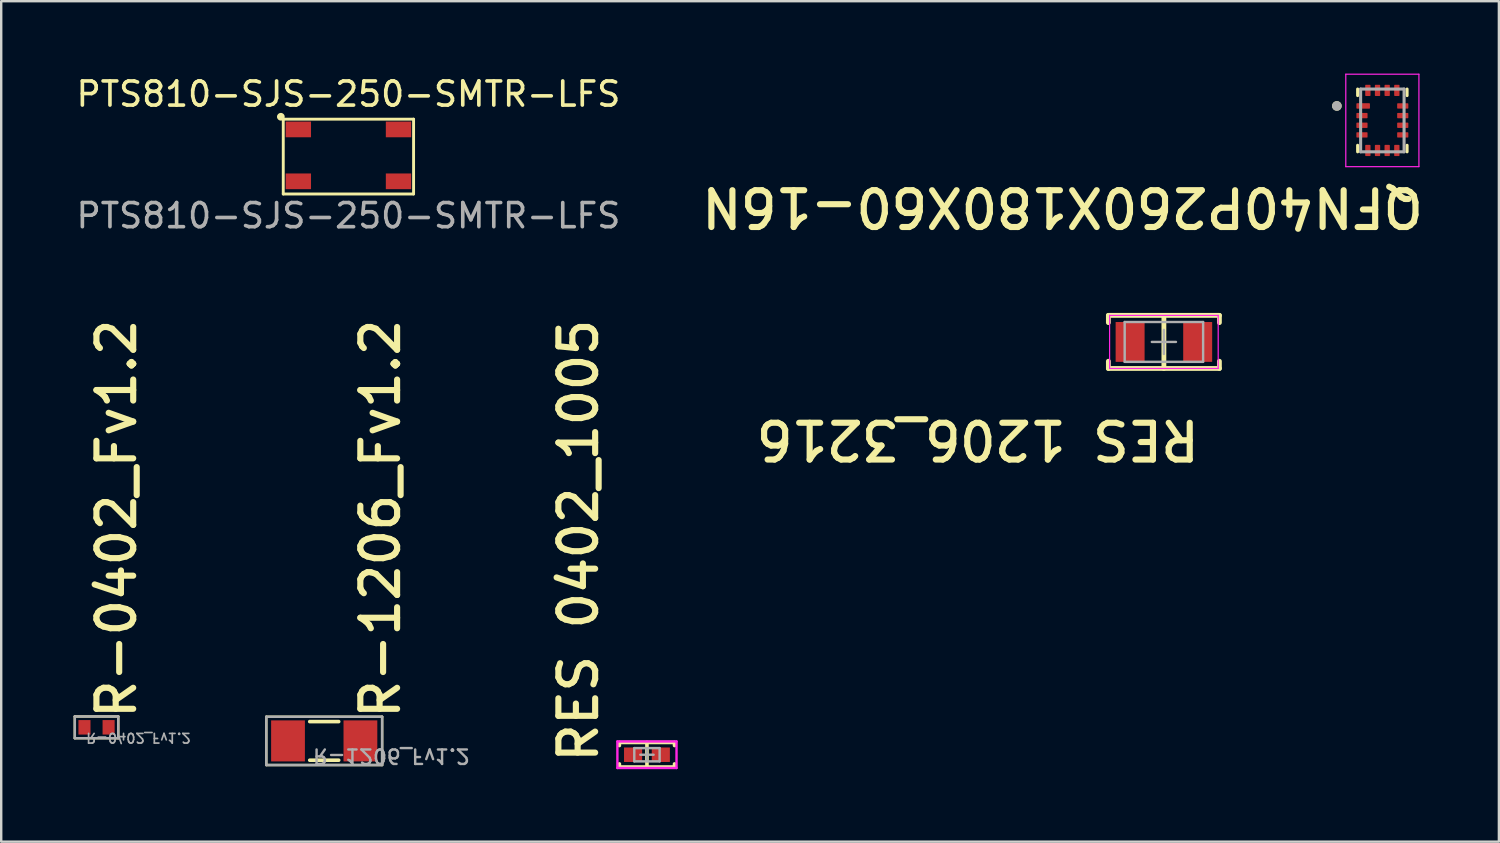
<source format=kicad_pcb>
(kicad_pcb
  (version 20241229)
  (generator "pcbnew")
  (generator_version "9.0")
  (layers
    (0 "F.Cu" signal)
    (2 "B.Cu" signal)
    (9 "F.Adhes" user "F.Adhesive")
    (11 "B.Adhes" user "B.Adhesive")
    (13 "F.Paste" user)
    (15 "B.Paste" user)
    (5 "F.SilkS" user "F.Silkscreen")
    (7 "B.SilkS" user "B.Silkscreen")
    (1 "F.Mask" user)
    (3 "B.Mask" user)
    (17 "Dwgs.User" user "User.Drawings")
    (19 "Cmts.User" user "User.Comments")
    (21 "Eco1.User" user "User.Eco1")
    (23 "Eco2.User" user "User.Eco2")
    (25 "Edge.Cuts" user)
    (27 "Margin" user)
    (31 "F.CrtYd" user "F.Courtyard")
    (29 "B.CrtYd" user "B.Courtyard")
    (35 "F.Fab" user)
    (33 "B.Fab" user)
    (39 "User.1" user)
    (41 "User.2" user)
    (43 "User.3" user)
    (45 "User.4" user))
  (footprint "RES 0402_1005"
    (layer "F.Cu")
    (at 23.757 28.223)
    (property "Reference" "RES 0402_1005" (at -1.947 0.441 90) (unlocked yes) (layer "F.SilkS") (effects (font (size 1.524 1.524) (thickness 0.254)) (justify left bottom)))
    (fp_line (start -1.143 -0.508) (end -1.143 -0.381) (stroke (width 0.15) (type solid)) (layer "F.SilkS"))
    (fp_line (start -1.143 0.381) (end -1.143 0.508) (stroke (width 0.15) (type solid)) (layer "F.SilkS"))
    (fp_line (start 0 -0.508) (end 0 0.508) (stroke (width 0.15) (type solid)) (layer "F.SilkS"))
    (fp_line (start 1.143 -0.508) (end -1.143 -0.508) (stroke (width 0.15) (type solid)) (layer "F.SilkS"))
    (fp_line (start 1.143 -0.508) (end 1.143 -0.381) (stroke (width 0.15) (type solid)) (layer "F.SilkS"))
    (fp_line (start 1.143 0.381) (end 1.143 0.508) (stroke (width 0.15) (type solid)) (layer "F.SilkS"))
    (fp_line (start 1.143 0.508) (end -1.143 0.508) (stroke (width 0.15) (type solid)) (layer "F.SilkS"))
    (fp_line (start -1.225 -0.55) (end -1.225 0.55) (stroke (width 0.1) (type solid)) (layer "F.CrtYd"))
    (fp_line (start 1.225 -0.55) (end -1.225 -0.55) (stroke (width 0.1) (type solid)) (layer "F.CrtYd"))
    (fp_line (start 1.225 -0.55) (end 1.225 0.55) (stroke (width 0.1) (type solid)) (layer "F.CrtYd"))
    (fp_line (start 1.225 0.55) (end -1.225 0.55) (stroke (width 0.1) (type solid)) (layer "F.CrtYd"))
    (fp_line (start -0.525 -0.275) (end -0.525 0.275) (stroke (width 0.1) (type solid)) (layer "F.Fab"))
    (fp_line (start 0 -0.275) (end 0 0.275) (stroke (width 0.1) (type solid)) (layer "F.Fab"))
    (fp_line (start 0.275 0) (end -0.275 0) (stroke (width 0.1) (type solid)) (layer "F.Fab"))
    (fp_line (start 0.525 -0.275) (end -0.525 -0.275) (stroke (width 0.1) (type solid)) (layer "F.Fab"))
    (fp_line (start 0.525 -0.275) (end 0.525 0.275) (stroke (width 0.1) (type solid)) (layer "F.Fab"))
    (fp_line (start 0.525 0.275) (end -0.525 0.275) (stroke (width 0.1) (type solid)) (layer "F.Fab"))
    (pad "1" smd rect (at -0.575 0 90) (size 0.6 0.75) (layers "F.Cu" "F.Mask" "F.Paste"))
    (pad "2" smd rect (at 0.575 0 90) (size 0.6 0.75) (layers "F.Cu" "F.Mask" "F.Paste")))
  (footprint "R-0402_Fv1.2"
    (layer "F.Cu")
    (at 0.95 27.087)
    (property "Reference" "R-0402_Fv1.2" (at 1.719 -0.238 90) (unlocked yes) (layer "F.SilkS") (effects (font (size 1.524 1.524) (thickness 0.254)) (justify left bottom)))
    (fp_line (start -0.9 -0.45) (end 0.9 -0.45) (stroke (width 0.1) (type solid)) (layer "F.SilkS"))
    (fp_line (start -0.9 0.45) (end -0.9 -0.45) (stroke (width 0.1) (type solid)) (layer "F.SilkS"))
    (fp_line (start -0.9 0.45) (end 0.9 0.45) (stroke (width 0.1) (type solid)) (layer "F.SilkS"))
    (fp_line (start 0.9 0.45) (end 0.9 -0.45) (stroke (width 0.1) (type solid)) (layer "F.SilkS"))
    (fp_line (start -0.9 -0.45) (end 0.9 -0.45) (stroke (width 0.1) (type solid)) (layer "F.Fab"))
    (fp_line (start -0.9 0.45) (end -0.9 -0.45) (stroke (width 0.1) (type solid)) (layer "F.Fab"))
    (fp_line (start -0.9 0.45) (end 0.9 0.45) (stroke (width 0.1) (type solid)) (layer "F.Fab"))
    (fp_line (start 0.9 0.45) (end 0.9 -0.45) (stroke (width 0.1) (type solid)) (layer "F.Fab"))
    (fp_text user "${REFERENCE}" (at -0.47 0.2 180) (unlocked yes) (layer "F.Fab") (effects (font (size 0.4 0.4) (thickness 0.07)) (justify left bottom mirror)))
    (pad "1" smd rect (at -0.5 0 180) (size 0.5 0.6) (layers "F.Cu" "F.Mask" "F.Paste"))
    (pad "2" smd rect (at 0.5 0 180) (size 0.5 0.6) (layers "F.Cu" "F.Mask" "F.Paste")))
  (footprint "R-1206_Fv1.2"
    (layer "F.Cu")
    (at 10.384 27.65)
    (property "Reference" "R-1206_Fv1.2" (at 3.22 -0.8 90) (unlocked yes) (layer "F.SilkS") (effects (font (size 1.524 1.524) (thickness 0.254)) (justify left bottom)))
    (fp_line (start -2.4 -1) (end 2.4 -1) (stroke (width 0.1) (type solid)) (layer "F.SilkS"))
    (fp_line (start -2.4 1) (end -2.4 -1) (stroke (width 0.1) (type solid)) (layer "F.SilkS"))
    (fp_line (start -2.4 1) (end 2.4 1) (stroke (width 0.1) (type solid)) (layer "F.SilkS"))
    (fp_line (start -0.6 -0.8) (end 0.6 -0.8) (stroke (width 0.15) (type solid)) (layer "F.SilkS"))
    (fp_line (start -0.6 0.8) (end 0.6 0.8) (stroke (width 0.15) (type solid)) (layer "F.SilkS"))
    (fp_line (start 2.4 1) (end 2.4 -1) (stroke (width 0.1) (type solid)) (layer "F.SilkS"))
    (fp_line (start -2.4 -1) (end 2.4 -1) (stroke (width 0.1) (type solid)) (layer "F.Fab"))
    (fp_line (start -2.4 1) (end -2.4 -1) (stroke (width 0.1) (type solid)) (layer "F.Fab"))
    (fp_line (start -2.4 1) (end 2.4 1) (stroke (width 0.1) (type solid)) (layer "F.Fab"))
    (fp_line (start 2.4 1) (end 2.4 -1) (stroke (width 0.1) (type solid)) (layer "F.Fab"))
    (fp_text user "${REFERENCE}" (at -0.525 0.276 180) (unlocked yes) (layer "F.Fab") (effects (font (size 0.6 0.6) (thickness 0.1)) (justify left bottom mirror)))
    (pad "1" smd rect (at -1.5 0 180) (size 1.4 1.7) (layers "F.Cu" "F.Mask" "F.Paste"))
    (pad "2" smd rect (at 1.5 0 180) (size 1.4 1.7) (layers "F.Cu" "F.Mask" "F.Paste")))
  (footprint "PTS810-SJS-250-SMTR-LFS"
    (layer "F.Cu")
    (at 11.387 3.388)
    (property "Reference" "PTS810-SJS-250-SMTR-LFS" (at 0 -2.54 0) (unlocked yes) (layer "F.SilkS") (effects (font (size 1 1) (thickness 0.15))))
    (attr smd)
    (fp_line (start -2.7 -1.5) (end 2.7 -1.5) (stroke (width 0.12) (type solid)) (layer "F.SilkS"))
    (fp_line (start -2.7 1.6) (end -2.7 -1.5) (stroke (width 0.12) (type solid)) (layer "F.SilkS"))
    (fp_line (start 2.7 -1.5) (end 2.7 1.6) (stroke (width 0.12) (type solid)) (layer "F.SilkS"))
    (fp_line (start 2.7 1.6) (end -2.7 1.6) (stroke (width 0.12) (type solid)) (layer "F.SilkS"))
    (fp_circle (center -2.8 -1.6) (end -2.7 -1.6) (stroke (width 0.12) (type solid)) (fill yes) (layer "F.SilkS"))
    (fp_text user "${REFERENCE}" (at 0 2.5 0) (unlocked yes) (layer "F.Fab") (effects (font (size 1 1) (thickness 0.15))))
    (pad "1" smd rect (at -2.075 -1.075) (size 1.05 0.65) (layers "F.Cu" "F.Mask" "F.Paste"))
    (pad "2" smd rect (at 2.075 -1.075) (size 1.05 0.65) (layers "F.Cu" "F.Mask" "F.Paste"))
    (pad "3" smd rect (at -2.075 1.075) (size 1.05 0.65) (layers "F.Cu" "F.Mask" "F.Paste"))
    (pad "4" smd rect (at 2.075 1.075) (size 1.05 0.65) (layers "F.Cu" "F.Mask" "F.Paste")))
  (footprint "RES 1206_3216"
    (layer "F.Cu")
    (at 45.177 11.118)
    (property "Reference" "RES 1206_3216" (at 1.6 3.15 180) (unlocked yes) (layer "F.SilkS") (effects (font (size 1.524 1.524) (thickness 0.254)) (justify left bottom)))
    (fp_line (start -2.3 -1.1) (end -2.3 -0.8) (stroke (width 0.2) (type solid)) (layer "F.SilkS"))
    (fp_line (start -2.3 -1.1) (end 2.3 -1.1) (stroke (width 0.2) (type solid)) (layer "F.SilkS"))
    (fp_line (start -2.3 0.8) (end -2.3 1.1) (stroke (width 0.2) (type solid)) (layer "F.SilkS"))
    (fp_line (start -2.3 1.1) (end 2.3 1.1) (stroke (width 0.2) (type solid)) (layer "F.SilkS"))
    (fp_line (start 0 -1.1) (end 0 1.1) (stroke (width 0.2) (type solid)) (layer "F.SilkS"))
    (fp_line (start 2.3 -1.1) (end 2.3 -0.8) (stroke (width 0.2) (type solid)) (layer "F.SilkS"))
    (fp_line (start 2.3 0.8) (end 2.3 1.1) (stroke (width 0.2) (type solid)) (layer "F.SilkS"))
    (fp_line (start -2.25 -1.1) (end -2.25 1.1) (stroke (width 0.05) (type solid)) (layer "F.CrtYd"))
    (fp_line (start -2.25 -1.1) (end 2.25 -1.1) (stroke (width 0.05) (type solid)) (layer "F.CrtYd"))
    (fp_line (start -2.25 1.1) (end 2.25 1.1) (stroke (width 0.05) (type solid)) (layer "F.CrtYd"))
    (fp_line (start 2.25 -1.1) (end 2.25 1.1) (stroke (width 0.05) (type solid)) (layer "F.CrtYd"))
    (fp_line (start -1.625 -0.825) (end -1.625 0.825) (stroke (width 0.1) (type solid)) (layer "F.Fab"))
    (fp_line (start -1.625 -0.825) (end 1.625 -0.825) (stroke (width 0.1) (type solid)) (layer "F.Fab"))
    (fp_line (start -1.625 0.825) (end 1.625 0.825) (stroke (width 0.1) (type solid)) (layer "F.Fab"))
    (fp_line (start -0.5 0) (end 0.5 0) (stroke (width 0.1) (type solid)) (layer "F.Fab"))
    (fp_line (start 0 -0.5) (end 0 0.5) (stroke (width 0.1) (type solid)) (layer "F.Fab"))
    (fp_line (start 1.625 -0.825) (end 1.625 0.825) (stroke (width 0.1) (type solid)) (layer "F.Fab"))
    (pad "1" smd rect (at -1.4 0 90) (size 1.65 1.2) (layers "F.Cu" "F.Mask" "F.Paste"))
    (pad "2" smd rect (at 1.4 0 90) (size 1.65 1.2) (layers "F.Cu" "F.Mask" "F.Paste")))
  (footprint "QFN40P260X180X60-16N"
    (layer "F.Cu")
    (at 54.229 1.94)
    (property "Reference" "QFN40P260X180X60-16N" (at 1.829 2.692 180) (unlocked yes) (layer "F.SilkS") (effects (font (size 1.524 1.524) (thickness 0.254)) (justify left bottom)))
    (fp_line (start -1.024 -1.3) (end -1.024 -1.03) (stroke (width 0.127) (type solid)) (layer "F.SilkS"))
    (fp_line (start -1.024 1.03) (end -1.024 1.3) (stroke (width 0.127) (type solid)) (layer "F.SilkS"))
    (fp_line (start 1.024 -1.3) (end 1.024 -1.03) (stroke (width 0.127) (type solid)) (layer "F.SilkS"))
    (fp_line (start 1.024 1.03) (end 1.024 1.3) (stroke (width 0.127) (type solid)) (layer "F.SilkS"))
    (fp_circle (center -1.885 -0.6) (end -1.885 -0.5) (stroke (width 0.2) (type solid)) (fill no) (layer "F.SilkS"))
    (fp_line (start -1.515 -1.915) (end -1.515 1.915) (stroke (width 0.05) (type solid)) (layer "F.CrtYd"))
    (fp_line (start -1.515 -1.915) (end 1.515 -1.915) (stroke (width 0.05) (type solid)) (layer "F.CrtYd"))
    (fp_line (start -1.515 1.915) (end 1.515 1.915) (stroke (width 0.05) (type solid)) (layer "F.CrtYd"))
    (fp_line (start 1.515 -1.915) (end 1.515 1.915) (stroke (width 0.05) (type solid)) (layer "F.CrtYd"))
    (fp_line (start -0.9 -1.3) (end -0.9 1.3) (stroke (width 0.127) (type solid)) (layer "F.Fab"))
    (fp_line (start -0.9 -1.3) (end 0.9 -1.3) (stroke (width 0.127) (type solid)) (layer "F.Fab"))
    (fp_line (start -0.9 1.3) (end 0.9 1.3) (stroke (width 0.127) (type solid)) (layer "F.Fab"))
    (fp_line (start 0.9 -1.3) (end 0.9 1.3) (stroke (width 0.127) (type solid)) (layer "F.Fab"))
    (fp_circle (center -1.885 -0.6) (end -1.885 -0.5) (stroke (width 0.2) (type solid)) (fill no) (layer "F.Fab"))
    (pad "1" smd roundrect (at -0.795 -0.6) (size 0.562 0.225) (layers "F.Cu" "F.Mask" "F.Paste") (roundrect_rratio 0.125))
    (pad "2" smd roundrect (at -0.845 -0.2) (size 0.463 0.22) (layers "F.Cu" "F.Mask" "F.Paste") (roundrect_rratio 0.125))
    (pad "3" smd roundrect (at -0.845 0.2) (size 0.463 0.22) (layers "F.Cu" "F.Mask" "F.Paste") (roundrect_rratio 0.125))
    (pad "4" smd roundrect (at -0.845 0.6) (size 0.463 0.22) (layers "F.Cu" "F.Mask" "F.Paste") (roundrect_rratio 0.125))
    (pad "5" smd roundrect (at -0.6 1.245 90) (size 0.463 0.22) (layers "F.Cu" "F.Mask" "F.Paste") (roundrect_rratio 0.125))
    (pad "6" smd roundrect (at -0.2 1.245 90) (size 0.463 0.22) (layers "F.Cu" "F.Mask" "F.Paste") (roundrect_rratio 0.125))
    (pad "7" smd roundrect (at 0.2 1.245 90) (size 0.463 0.22) (layers "F.Cu" "F.Mask" "F.Paste") (roundrect_rratio 0.125))
    (pad "8" smd roundrect (at 0.6 1.245 90) (size 0.463 0.22) (layers "F.Cu" "F.Mask" "F.Paste") (roundrect_rratio 0.125))
    (pad "9" smd roundrect (at 0.845 0.6) (size 0.463 0.22) (layers "F.Cu" "F.Mask" "F.Paste") (roundrect_rratio 0.125))
    (pad "10" smd roundrect (at 0.845 0.2) (size 0.463 0.22) (layers "F.Cu" "F.Mask" "F.Paste") (roundrect_rratio 0.125))
    (pad "11" smd roundrect (at 0.845 -0.2) (size 0.463 0.22) (layers "F.Cu" "F.Mask" "F.Paste") (roundrect_rratio 0.125))
    (pad "12" smd roundrect (at 0.845 -0.6) (size 0.463 0.22) (layers "F.Cu" "F.Mask" "F.Paste") (roundrect_rratio 0.125))
    (pad "13" smd roundrect (at 0.6 -1.245 90) (size 0.463 0.22) (layers "F.Cu" "F.Mask" "F.Paste") (roundrect_rratio 0.125))
    (pad "14" smd roundrect (at 0.2 -1.245 90) (size 0.463 0.22) (layers "F.Cu" "F.Mask" "F.Paste") (roundrect_rratio 0.125))
    (pad "15" smd roundrect (at -0.2 -1.245 90) (size 0.463 0.22) (layers "F.Cu" "F.Mask" "F.Paste") (roundrect_rratio 0.125))
    (pad "16" smd roundrect (at -0.6 -1.245 90) (size 0.463 0.22) (layers "F.Cu" "F.Mask" "F.Paste") (roundrect_rratio 0.125)))
  (gr_rect
    (start -3 -3)
    (end 59.058 31.826)
    (stroke (width 0.1) (type default))
    (fill no)
    (layer "Edge.Cuts")))
</source>
